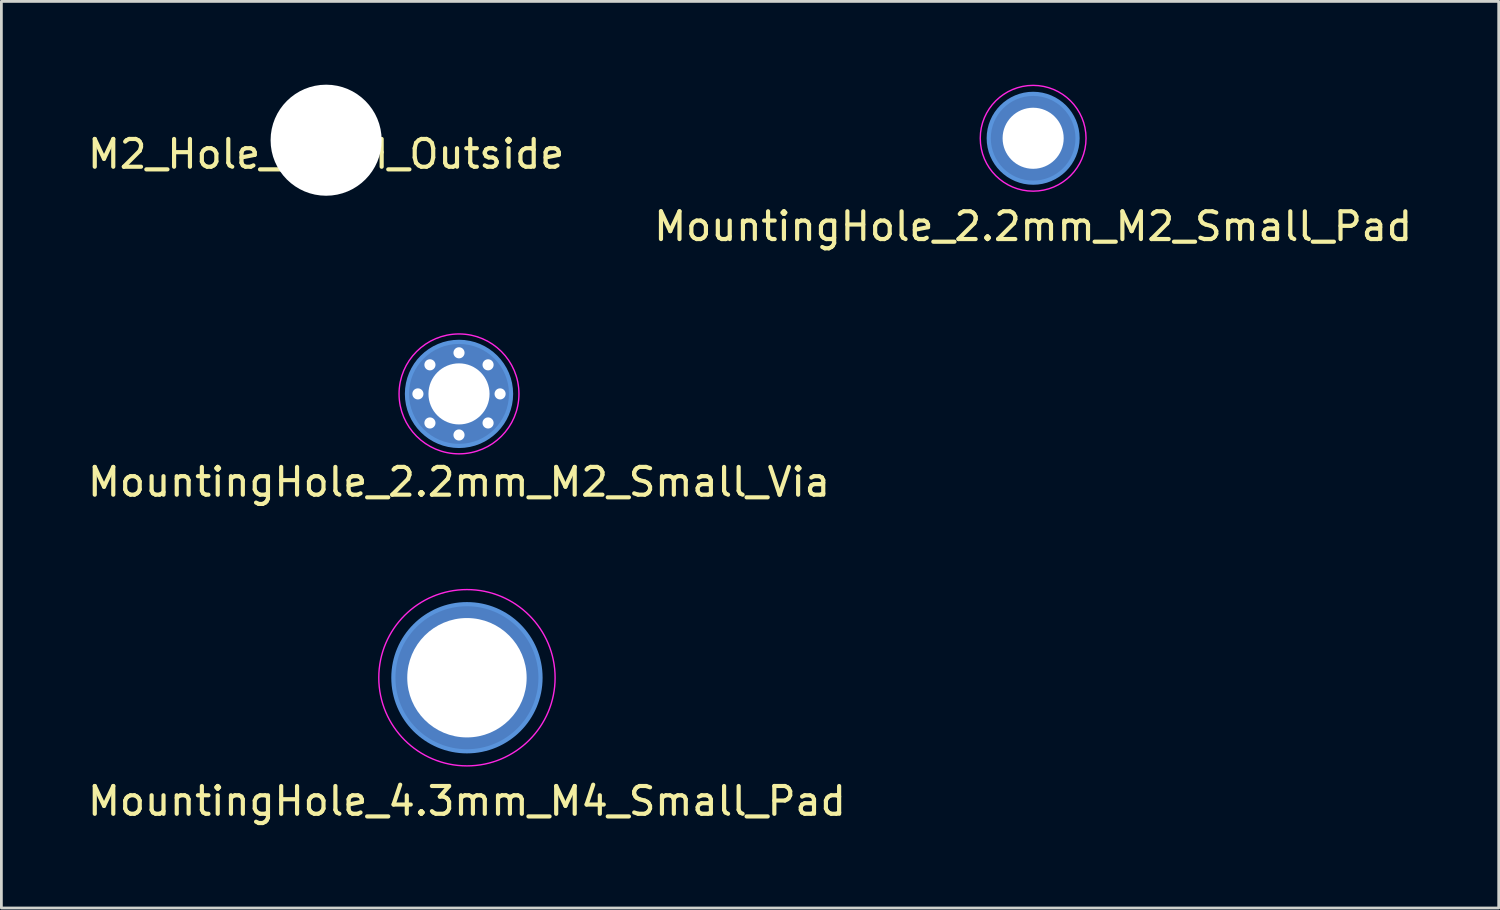
<source format=kicad_pcb>
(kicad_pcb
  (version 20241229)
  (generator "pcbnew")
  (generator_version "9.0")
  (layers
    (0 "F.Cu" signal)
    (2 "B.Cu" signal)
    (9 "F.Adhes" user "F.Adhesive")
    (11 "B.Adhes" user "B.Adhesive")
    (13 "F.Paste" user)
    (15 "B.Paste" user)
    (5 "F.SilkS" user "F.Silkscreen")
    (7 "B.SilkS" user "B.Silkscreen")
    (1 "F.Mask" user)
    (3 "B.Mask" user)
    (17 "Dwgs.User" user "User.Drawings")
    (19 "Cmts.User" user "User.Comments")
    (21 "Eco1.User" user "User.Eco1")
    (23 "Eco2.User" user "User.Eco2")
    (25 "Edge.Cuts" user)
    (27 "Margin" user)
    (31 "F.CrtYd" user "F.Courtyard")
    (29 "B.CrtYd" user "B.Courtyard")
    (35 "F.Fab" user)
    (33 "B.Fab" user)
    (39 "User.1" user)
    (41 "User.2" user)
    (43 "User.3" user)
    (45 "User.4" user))
  (footprint "MountingHole_4.3mm_M4_Small_Pad"
    (layer "F.Cu")
    (at 13.768 21.36)
    (property "Reference" "MountingHole_4.3mm_M4_Small_Pad" (at 0 4.445 0) (layer "F.SilkS") (effects (font (size 1 1) (thickness 0.15))))
    (attr through_hole)
    (fp_circle (center 0 0) (end 2.65 0) (stroke (width 0.15) (type solid)) (fill no) (layer "Cmts.User"))
    (fp_circle (center 0 0) (end 3.175 0) (stroke (width 0.05) (type solid)) (fill no) (layer "F.CrtYd"))
    (pad "1" thru_hole circle (at 0 0) (size 5.3 5.3) (drill 4.3) (layers "*.Cu" "*.Mask")))
  (footprint "M2_Hole_NPTH_Outside"
    (layer "F.Cu")
    (at 8.696 2)
    (property "Reference" "M2_Hole_NPTH_Outside" (at 0 0.5 0) (layer "F.SilkS") (effects (font (size 1 1) (thickness 0.15))))
    (attr through_hole)
    (pad "" np_thru_hole circle (at 0 0) (size 4 4) (drill 4) (layers "*.Cu" "*.Mask")))
  (footprint "MountingHole_2.2mm_M2_Small_Pad"
    (layer "F.Cu")
    (at 34.161 1.93)
    (property "Reference" "MountingHole_2.2mm_M2_Small_Pad" (at 0 3.175 0) (layer "F.SilkS") (effects (font (size 1 1) (thickness 0.15))))
    (attr through_hole)
    (fp_circle (center 0 0) (end 1.6 0) (stroke (width 0.15) (type solid)) (fill no) (layer "Cmts.User"))
    (fp_circle (center 0 0) (end 0 -1.905) (stroke (width 0.05) (type solid)) (fill no) (layer "F.CrtYd"))
    (pad "1" thru_hole circle (at 0 0) (size 3.2 3.2) (drill 2.2) (layers "*.Cu" "*.Mask")))
  (footprint "MountingHole_2.2mm_M2_Small_Via"
    (layer "F.Cu")
    (at 13.482 11.137)
    (property "Reference" "MountingHole_2.2mm_M2_Small_Via" (at 0 3.175 0) (layer "F.SilkS") (effects (font (size 1 1) (thickness 0.15))))
    (attr through_hole)
    (fp_circle (center 0 0) (end 1.875 0) (stroke (width 0.15) (type solid)) (fill no) (layer "Cmts.User"))
    (fp_circle (center 0 0) (end 2.159 0) (stroke (width 0.05) (type solid)) (fill no) (layer "F.CrtYd"))
    (pad "1" thru_hole circle (at 0 0) (size 3.75 3.75) (drill 2.2) (layers "*.Cu" "*.Mask"))
    (pad "1" thru_hole circle (at 1.48 0) (size 0.6 0.6) (drill 0.4) (layers "*.Cu" "*.Mask"))
    (pad "2" thru_hole circle (at 1.047 -1.047) (size 0.6 0.6) (drill 0.4) (layers "*.Cu" "*.Mask"))
    (pad "3" thru_hole circle (at 0 -1.48) (size 0.6 0.6) (drill 0.4) (layers "*.Cu" "*.Mask"))
    (pad "4" thru_hole circle (at -1.047 -1.047) (size 0.6 0.6) (drill 0.4) (layers "*.Cu" "*.Mask"))
    (pad "5" thru_hole circle (at -1.48 0) (size 0.6 0.6) (drill 0.4) (layers "*.Cu" "*.Mask"))
    (pad "6" thru_hole circle (at -1.047 1.047) (size 0.6 0.6) (drill 0.4) (layers "*.Cu" "*.Mask"))
    (pad "7" thru_hole circle (at 0 1.48) (size 0.6 0.6) (drill 0.4) (layers "*.Cu" "*.Mask"))
    (pad "8" thru_hole circle (at 1.047 1.047) (size 0.6 0.6) (drill 0.4) (layers "*.Cu" "*.Mask")))
  (gr_rect
    (start -3 -3)
    (end 50.929 29.654)
    (stroke (width 0.1) (type default))
    (fill no)
    (layer "Edge.Cuts")))
</source>
